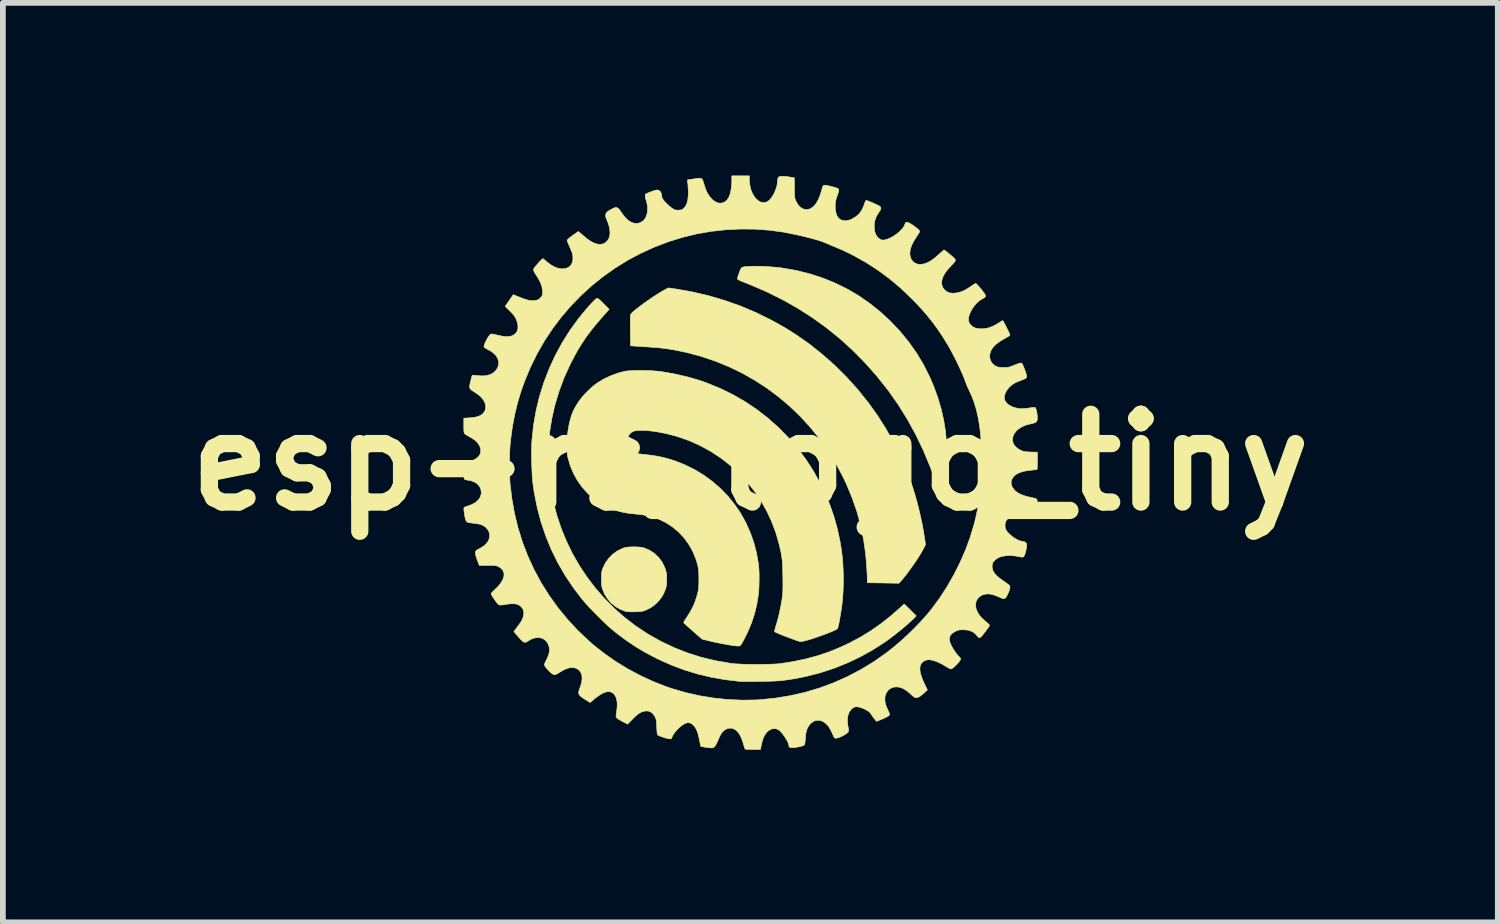
<source format=kicad_pcb>
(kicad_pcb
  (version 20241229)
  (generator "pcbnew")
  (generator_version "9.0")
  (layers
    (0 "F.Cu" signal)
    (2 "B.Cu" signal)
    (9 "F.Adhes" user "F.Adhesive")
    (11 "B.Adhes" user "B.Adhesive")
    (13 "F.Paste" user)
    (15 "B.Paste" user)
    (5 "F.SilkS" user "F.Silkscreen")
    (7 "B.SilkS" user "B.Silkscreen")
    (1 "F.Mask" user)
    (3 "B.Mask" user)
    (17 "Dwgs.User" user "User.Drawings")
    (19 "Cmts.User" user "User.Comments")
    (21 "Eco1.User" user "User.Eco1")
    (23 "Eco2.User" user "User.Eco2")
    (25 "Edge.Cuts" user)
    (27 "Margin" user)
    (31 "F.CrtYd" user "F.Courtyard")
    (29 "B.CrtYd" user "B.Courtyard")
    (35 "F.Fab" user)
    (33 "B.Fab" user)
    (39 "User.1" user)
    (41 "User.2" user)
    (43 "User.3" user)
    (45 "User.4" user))
  (footprint "esp-rs_logo_tiny"
    (layer "F.Cu")
    (at 9.986 4.983)
    (property "Reference" "esp-rs_logo_tiny" (at 0 0 0) (layer "F.SilkS") (effects (font (size 1.524 1.524) (thickness 0.3))))
    (attr through_hole)
    (fp_poly (pts (xy -1.985 1.468) (xy -1.927 1.472) (xy -1.876 1.479) (xy -1.837 1.489) (xy -1.747 1.529) (xy -1.666 1.583) (xy -1.595 1.65) (xy -1.537 1.727) (xy -1.492 1.815) (xy -1.476 1.858) (xy -1.466 1.891) (xy -1.459 1.919) (xy -1.455 1.95) (xy -1.453 1.987) (xy -1.453 2.032) (xy -1.453 2.079) (xy -1.455 2.115) (xy -1.459 2.143) (xy -1.465 2.17) (xy -1.474 2.2) (xy -1.476 2.206) (xy -1.504 2.276) (xy -1.537 2.335) (xy -1.578 2.39) (xy -1.606 2.422) (xy -1.67 2.482) (xy -1.737 2.528) (xy -1.812 2.565) (xy -1.82 2.568) (xy -1.847 2.578) (xy -1.87 2.586) (xy -1.894 2.59) (xy -1.923 2.593) (xy -1.961 2.595) (xy -2.007 2.596) (xy -2.068 2.597) (xy -2.114 2.595) (xy -2.149 2.591) (xy -2.172 2.587) (xy -2.263 2.552) (xy -2.346 2.503) (xy -2.42 2.441) (xy -2.483 2.368) (xy -2.534 2.285) (xy -2.567 2.206) (xy -2.575 2.179) (xy -2.58 2.154) (xy -2.584 2.127) (xy -2.586 2.092) (xy -2.586 2.047) (xy -2.586 2.024) (xy -2.586 1.974) (xy -2.584 1.936) (xy -2.582 1.908) (xy -2.577 1.885) (xy -2.571 1.862) (xy -2.564 1.844) (xy -2.52 1.751) (xy -2.463 1.67) (xy -2.394 1.599) (xy -2.314 1.541) (xy -2.224 1.496) (xy -2.193 1.485) (xy -2.154 1.476) (xy -2.104 1.47) (xy -2.046 1.468) (xy -1.985 1.468)) (stroke (width 0.01) (type solid)) (fill yes) (layer "F.SilkS"))
    (fp_poly (pts (xy 0.139 -3.407) (xy 0.217 -3.405) (xy 0.298 -3.401) (xy 0.38 -3.395) (xy 0.461 -3.388) (xy 0.539 -3.379) (xy 0.569 -3.374) (xy 0.808 -3.332) (xy 1.039 -3.274) (xy 1.263 -3.201) (xy 1.478 -3.113) (xy 1.686 -3.01) (xy 1.886 -2.893) (xy 2.077 -2.76) (xy 2.26 -2.613) (xy 2.435 -2.451) (xy 2.447 -2.439) (xy 2.61 -2.265) (xy 2.757 -2.084) (xy 2.89 -1.896) (xy 3.008 -1.699) (xy 3.112 -1.493) (xy 3.186 -1.321) (xy 3.257 -1.125) (xy 3.314 -0.933) (xy 3.358 -0.74) (xy 3.39 -0.542) (xy 3.409 -0.336) (xy 3.413 -0.279) (xy 3.415 -0.227) (xy 3.417 -0.169) (xy 3.418 -0.109) (xy 3.418 -0.049) (xy 3.418 0.008) (xy 3.417 0.061) (xy 3.415 0.105) (xy 3.413 0.139) (xy 3.411 0.161) (xy 3.409 0.167) (xy 3.398 0.173) (xy 3.376 0.181) (xy 3.345 0.192) (xy 3.31 0.204) (xy 3.273 0.216) (xy 3.239 0.226) (xy 3.212 0.234) (xy 3.194 0.238) (xy 3.189 0.238) (xy 3.184 0.229) (xy 3.175 0.206) (xy 3.162 0.173) (xy 3.146 0.131) (xy 3.128 0.085) (xy 3.01 -0.199) (xy 2.878 -0.475) (xy 2.733 -0.74) (xy 2.575 -0.995) (xy 2.404 -1.239) (xy 2.387 -1.262) (xy 2.194 -1.504) (xy 1.991 -1.733) (xy 1.778 -1.949) (xy 1.555 -2.151) (xy 1.321 -2.34) (xy 1.077 -2.516) (xy 0.822 -2.679) (xy 0.556 -2.829) (xy 0.279 -2.966) (xy -0.01 -3.09) (xy -0.068 -3.113) (xy -0.114 -3.131) (xy -0.155 -3.148) (xy -0.188 -3.163) (xy -0.21 -3.173) (xy -0.219 -3.179) (xy -0.223 -3.186) (xy -0.223 -3.199) (xy -0.218 -3.219) (xy -0.209 -3.251) (xy -0.199 -3.278) (xy -0.185 -3.315) (xy -0.172 -3.348) (xy -0.159 -3.372) (xy -0.153 -3.382) (xy -0.135 -3.391) (xy -0.102 -3.398) (xy -0.056 -3.403) (xy 0.001 -3.406) (xy 0.067 -3.408) (xy 0.139 -3.407)) (stroke (width 0.01) (type solid)) (fill yes) (layer "F.SilkS"))
    (fp_poly (pts (xy -1.306 -3.014) (xy -1.014 -2.963) (xy -0.726 -2.896) (xy -0.444 -2.813) (xy -0.168 -2.715) (xy 0.102 -2.601) (xy 0.364 -2.472) (xy 0.62 -2.328) (xy 0.801 -2.213) (xy 1.033 -2.05) (xy 1.256 -1.872) (xy 1.471 -1.681) (xy 1.675 -1.478) (xy 1.867 -1.264) (xy 2.048 -1.039) (xy 2.215 -0.806) (xy 2.225 -0.79) (xy 2.346 -0.599) (xy 2.462 -0.395) (xy 2.57 -0.182) (xy 2.669 0.036) (xy 2.757 0.254) (xy 2.815 0.417) (xy 2.852 0.535) (xy 2.889 0.664) (xy 2.924 0.799) (xy 2.956 0.936) (xy 2.985 1.071) (xy 3.009 1.2) (xy 3.027 1.317) (xy 3.028 1.319) (xy 3.043 1.431) (xy 3.005 1.504) (xy 2.978 1.555) (xy 2.941 1.615) (xy 2.898 1.683) (xy 2.85 1.754) (xy 2.799 1.827) (xy 2.748 1.897) (xy 2.698 1.963) (xy 2.652 2.02) (xy 2.614 2.065) (xy 2.582 2.1) (xy 2.462 2.098) (xy 2.41 2.097) (xy 2.348 2.096) (xy 2.281 2.095) (xy 2.217 2.094) (xy 2.187 2.093) (xy 2.032 2.091) (xy 2.032 2.034) (xy 2.031 1.991) (xy 2.029 1.936) (xy 2.025 1.871) (xy 2.02 1.8) (xy 2.015 1.728) (xy 2.009 1.657) (xy 2.003 1.592) (xy 2.002 1.583) (xy 1.967 1.337) (xy 1.917 1.094) (xy 1.851 0.853) (xy 1.768 0.615) (xy 1.669 0.377) (xy 1.613 0.258) (xy 1.491 0.027) (xy 1.355 -0.195) (xy 1.206 -0.406) (xy 1.045 -0.606) (xy 0.873 -0.794) (xy 0.689 -0.971) (xy 0.495 -1.136) (xy 0.291 -1.288) (xy 0.078 -1.426) (xy -0.144 -1.552) (xy -0.375 -1.663) (xy -0.613 -1.76) (xy -0.859 -1.843) (xy -1.111 -1.91) (xy -1.329 -1.955) (xy -1.444 -1.973) (xy -1.561 -1.988) (xy -1.687 -1.999) (xy -1.786 -2.006) (xy -1.842 -2.009) (xy -1.898 -2.013) (xy -1.948 -2.016) (xy -1.99 -2.019) (xy -2.012 -2.02) (xy -2.081 -2.025) (xy -2.084 -2.268) (xy -2.085 -2.332) (xy -2.085 -2.393) (xy -2.085 -2.447) (xy -2.085 -2.492) (xy -2.084 -2.526) (xy -2.083 -2.545) (xy -2.083 -2.546) (xy -2.08 -2.561) (xy -2.076 -2.574) (xy -2.066 -2.588) (xy -2.05 -2.604) (xy -2.025 -2.626) (xy -1.989 -2.656) (xy -1.986 -2.659) (xy -1.919 -2.711) (xy -1.845 -2.766) (xy -1.766 -2.822) (xy -1.685 -2.877) (xy -1.607 -2.927) (xy -1.534 -2.972) (xy -1.469 -3.008) (xy -1.458 -3.013) (xy -1.423 -3.031) (xy -1.306 -3.014)) (stroke (width 0.01) (type solid)) (fill yes) (layer "F.SilkS"))
    (fp_poly (pts (xy -2.655 -2.849) (xy -2.647 -2.845) (xy -2.633 -2.835) (xy -2.611 -2.816) (xy -2.582 -2.789) (xy -2.55 -2.757) (xy -2.539 -2.746) (xy -2.453 -2.659) (xy -2.501 -2.606) (xy -2.606 -2.487) (xy -2.7 -2.376) (xy -2.783 -2.271) (xy -2.859 -2.168) (xy -2.928 -2.064) (xy -2.993 -1.959) (xy -3.055 -1.848) (xy -3.117 -1.729) (xy -3.132 -1.698) (xy -3.237 -1.467) (xy -3.324 -1.234) (xy -3.395 -0.998) (xy -3.449 -0.76) (xy -3.485 -0.538) (xy -3.49 -0.489) (xy -3.494 -0.426) (xy -3.498 -0.353) (xy -3.5 -0.272) (xy -3.502 -0.187) (xy -3.504 -0.101) (xy -3.504 -0.018) (xy -3.503 0.061) (xy -3.501 0.13) (xy -3.498 0.188) (xy -3.497 0.205) (xy -3.468 0.447) (xy -3.423 0.685) (xy -3.362 0.918) (xy -3.286 1.147) (xy -3.195 1.369) (xy -3.09 1.585) (xy -2.971 1.793) (xy -2.838 1.993) (xy -2.693 2.183) (xy -2.535 2.365) (xy -2.366 2.535) (xy -2.185 2.694) (xy -1.993 2.842) (xy -1.79 2.976) (xy -1.759 2.995) (xy -1.542 3.116) (xy -1.32 3.221) (xy -1.091 3.311) (xy -0.856 3.385) (xy -0.613 3.444) (xy -0.363 3.488) (xy -0.322 3.494) (xy -0.272 3.499) (xy -0.208 3.503) (xy -0.133 3.507) (xy -0.05 3.509) (xy 0.038 3.51) (xy 0.128 3.511) (xy 0.217 3.51) (xy 0.303 3.508) (xy 0.382 3.506) (xy 0.452 3.502) (xy 0.509 3.498) (xy 0.535 3.494) (xy 0.757 3.459) (xy 0.967 3.414) (xy 1.167 3.36) (xy 1.361 3.295) (xy 1.551 3.218) (xy 1.727 3.136) (xy 1.916 3.035) (xy 2.095 2.925) (xy 2.268 2.804) (xy 2.438 2.67) (xy 2.594 2.533) (xy 2.623 2.506) (xy 2.648 2.484) (xy 2.666 2.469) (xy 2.674 2.464) (xy 2.674 2.464) (xy 2.682 2.47) (xy 2.699 2.485) (xy 2.724 2.509) (xy 2.755 2.539) (xy 2.781 2.565) (xy 2.882 2.667) (xy 2.849 2.702) (xy 2.806 2.744) (xy 2.752 2.793) (xy 2.689 2.848) (xy 2.62 2.906) (xy 2.548 2.964) (xy 2.476 3.02) (xy 2.406 3.073) (xy 2.341 3.12) (xy 2.333 3.125) (xy 2.124 3.259) (xy 1.906 3.38) (xy 1.679 3.487) (xy 1.445 3.58) (xy 1.205 3.658) (xy 0.961 3.72) (xy 0.83 3.747) (xy 0.751 3.761) (xy 0.68 3.773) (xy 0.615 3.782) (xy 0.553 3.79) (xy 0.49 3.795) (xy 0.423 3.799) (xy 0.349 3.802) (xy 0.264 3.804) (xy 0.167 3.805) (xy 0.157 3.805) (xy 0.085 3.806) (xy 0.017 3.806) (xy -0.045 3.806) (xy -0.099 3.806) (xy -0.142 3.806) (xy -0.172 3.805) (xy -0.186 3.805) (xy -0.437 3.775) (xy -0.678 3.733) (xy -0.91 3.678) (xy -1.135 3.61) (xy -1.356 3.528) (xy -1.574 3.431) (xy -1.655 3.392) (xy -1.83 3.299) (xy -1.993 3.202) (xy -2.149 3.097) (xy -2.303 2.983) (xy -2.402 2.903) (xy -2.451 2.86) (xy -2.508 2.808) (xy -2.571 2.748) (xy -2.637 2.683) (xy -2.704 2.615) (xy -2.768 2.549) (xy -2.828 2.485) (xy -2.88 2.427) (xy -2.92 2.38) (xy -3.077 2.174) (xy -3.22 1.96) (xy -3.347 1.74) (xy -3.459 1.512) (xy -3.555 1.277) (xy -3.637 1.034) (xy -3.703 0.784) (xy -3.754 0.527) (xy -3.777 0.368) (xy -3.784 0.303) (xy -3.79 0.225) (xy -3.794 0.137) (xy -3.798 0.042) (xy -3.8 -0.054) (xy -3.801 -0.149) (xy -3.8 -0.24) (xy -3.798 -0.321) (xy -3.794 -0.387) (xy -3.767 -0.643) (xy -3.723 -0.895) (xy -3.664 -1.142) (xy -3.588 -1.385) (xy -3.497 -1.622) (xy -3.391 -1.853) (xy -3.27 -2.077) (xy -3.134 -2.293) (xy -2.984 -2.5) (xy -2.85 -2.663) (xy -2.816 -2.702) (xy -2.781 -2.741) (xy -2.748 -2.776) (xy -2.721 -2.804) (xy -2.719 -2.806) (xy -2.694 -2.83) (xy -2.677 -2.844) (xy -2.665 -2.85) (xy -2.655 -2.849)) (stroke (width 0.01) (type solid)) (fill yes) (layer "F.SilkS"))
    (fp_poly (pts (xy -1.872 -1.597) (xy -1.791 -1.595) (xy -1.711 -1.592) (xy -1.637 -1.586) (xy -1.57 -1.58) (xy -1.543 -1.576) (xy -1.302 -1.534) (xy -1.072 -1.48) (xy -0.851 -1.414) (xy -0.748 -1.377) (xy -0.52 -1.283) (xy -0.3 -1.175) (xy -0.088 -1.053) (xy 0.114 -0.917) (xy 0.306 -0.768) (xy 0.487 -0.607) (xy 0.657 -0.434) (xy 0.816 -0.25) (xy 0.962 -0.056) (xy 1.095 0.149) (xy 1.212 0.36) (xy 1.306 0.555) (xy 1.386 0.75) (xy 1.454 0.947) (xy 1.51 1.149) (xy 1.556 1.361) (xy 1.579 1.498) (xy 1.597 1.631) (xy 1.608 1.775) (xy 1.615 1.925) (xy 1.616 2.078) (xy 1.612 2.228) (xy 1.603 2.371) (xy 1.588 2.503) (xy 1.588 2.506) (xy 1.577 2.575) (xy 1.566 2.642) (xy 1.555 2.706) (xy 1.545 2.764) (xy 1.535 2.814) (xy 1.526 2.853) (xy 1.519 2.879) (xy 1.516 2.887) (xy 1.504 2.897) (xy 1.478 2.911) (xy 1.44 2.929) (xy 1.393 2.949) (xy 1.338 2.97) (xy 1.278 2.993) (xy 1.215 3.016) (xy 1.151 3.038) (xy 1.088 3.059) (xy 1.029 3.078) (xy 0.976 3.093) (xy 0.93 3.105) (xy 0.895 3.113) (xy 0.872 3.115) (xy 0.859 3.112) (xy 0.832 3.104) (xy 0.794 3.091) (xy 0.747 3.074) (xy 0.694 3.054) (xy 0.636 3.032) (xy 0.635 3.032) (xy 0.57 3.007) (xy 0.518 2.986) (xy 0.48 2.97) (xy 0.452 2.958) (xy 0.434 2.949) (xy 0.424 2.941) (xy 0.42 2.935) (xy 0.42 2.933) (xy 0.423 2.919) (xy 0.43 2.893) (xy 0.44 2.857) (xy 0.452 2.816) (xy 0.456 2.802) (xy 0.476 2.734) (xy 0.496 2.655) (xy 0.515 2.569) (xy 0.533 2.482) (xy 0.547 2.4) (xy 0.558 2.328) (xy 0.559 2.319) (xy 0.563 2.277) (xy 0.565 2.218) (xy 0.566 2.144) (xy 0.566 2.055) (xy 0.565 1.98) (xy 0.563 1.892) (xy 0.561 1.817) (xy 0.558 1.753) (xy 0.553 1.695) (xy 0.546 1.641) (xy 0.537 1.587) (xy 0.526 1.529) (xy 0.511 1.466) (xy 0.499 1.415) (xy 0.441 1.215) (xy 0.368 1.023) (xy 0.281 0.837) (xy 0.18 0.661) (xy 0.066 0.493) (xy -0.061 0.335) (xy -0.199 0.187) (xy -0.349 0.051) (xy -0.509 -0.074) (xy -0.679 -0.186) (xy -0.858 -0.285) (xy -1.045 -0.37) (xy -1.227 -0.436) (xy -1.322 -0.464) (xy -1.419 -0.489) (xy -1.516 -0.511) (xy -1.61 -0.529) (xy -1.701 -0.542) (xy -1.786 -0.552) (xy -1.863 -0.556) (xy -1.93 -0.556) (xy -1.985 -0.551) (xy -2.026 -0.541) (xy -2.032 -0.539) (xy -2.059 -0.525) (xy -2.08 -0.51) (xy -2.099 -0.488) (xy -2.115 -0.467) (xy -2.138 -0.42) (xy -2.149 -0.366) (xy -2.144 -0.307) (xy -2.142 -0.295) (xy -2.125 -0.254) (xy -2.096 -0.215) (xy -2.06 -0.183) (xy -2.021 -0.163) (xy -2.019 -0.163) (xy -1.999 -0.158) (xy -1.965 -0.152) (xy -1.923 -0.147) (xy -1.876 -0.141) (xy -1.858 -0.139) (xy -1.745 -0.126) (xy -1.644 -0.112) (xy -1.552 -0.094) (xy -1.465 -0.073) (xy -1.378 -0.048) (xy -1.321 -0.03) (xy -1.141 0.041) (xy -0.97 0.125) (xy -0.809 0.222) (xy -0.659 0.332) (xy -0.519 0.454) (xy -0.39 0.587) (xy -0.274 0.73) (xy -0.17 0.882) (xy -0.08 1.044) (xy -0.003 1.215) (xy 0.06 1.392) (xy 0.108 1.577) (xy 0.141 1.768) (xy 0.144 1.794) (xy 0.149 1.851) (xy 0.152 1.919) (xy 0.153 1.996) (xy 0.152 2.075) (xy 0.15 2.153) (xy 0.147 2.224) (xy 0.141 2.285) (xy 0.14 2.299) (xy 0.112 2.467) (xy 0.074 2.626) (xy 0.025 2.778) (xy -0.037 2.928) (xy -0.087 3.031) (xy -0.114 3.084) (xy -0.136 3.124) (xy -0.152 3.153) (xy -0.166 3.172) (xy -0.178 3.183) (xy -0.189 3.189) (xy -0.202 3.191) (xy -0.214 3.191) (xy -0.244 3.189) (xy -0.271 3.186) (xy -0.275 3.186) (xy -0.347 3.175) (xy -0.428 3.161) (xy -0.515 3.145) (xy -0.599 3.128) (xy -0.676 3.111) (xy -0.696 3.106) (xy -0.838 3.071) (xy -0.997 2.932) (xy -1.041 2.893) (xy -1.08 2.858) (xy -1.113 2.828) (xy -1.138 2.805) (xy -1.154 2.79) (xy -1.159 2.785) (xy -1.155 2.775) (xy -1.144 2.754) (xy -1.126 2.725) (xy -1.104 2.691) (xy -1.098 2.682) (xy -1.044 2.597) (xy -1.001 2.517) (xy -0.966 2.438) (xy -0.938 2.355) (xy -0.916 2.278) (xy -0.908 2.243) (xy -0.902 2.212) (xy -0.898 2.182) (xy -0.896 2.147) (xy -0.894 2.105) (xy -0.894 2.051) (xy -0.894 2.036) (xy -0.895 1.96) (xy -0.898 1.896) (xy -0.904 1.839) (xy -0.914 1.786) (xy -0.929 1.732) (xy -0.949 1.672) (xy -0.949 1.67) (xy -1.003 1.541) (xy -1.071 1.422) (xy -1.151 1.312) (xy -1.243 1.213) (xy -1.347 1.126) (xy -1.46 1.051) (xy -1.582 0.99) (xy -1.667 0.958) (xy -1.729 0.939) (xy -1.795 0.924) (xy -1.869 0.912) (xy -1.953 0.902) (xy -1.998 0.897) (xy -2.106 0.886) (xy -2.202 0.87) (xy -2.289 0.849) (xy -2.373 0.822) (xy -2.458 0.787) (xy -2.474 0.78) (xy -2.601 0.712) (xy -2.719 0.631) (xy -2.825 0.538) (xy -2.92 0.433) (xy -3.002 0.318) (xy -3.072 0.192) (xy -3.128 0.058) (xy -3.17 -0.085) (xy -3.172 -0.094) (xy -3.18 -0.145) (xy -3.185 -0.208) (xy -3.187 -0.281) (xy -3.185 -0.359) (xy -3.18 -0.438) (xy -3.172 -0.516) (xy -3.168 -0.547) (xy -3.151 -0.647) (xy -3.131 -0.733) (xy -3.109 -0.81) (xy -3.081 -0.881) (xy -3.047 -0.95) (xy -3.005 -1.02) (xy -2.977 -1.063) (xy -2.936 -1.117) (xy -2.885 -1.177) (xy -2.826 -1.237) (xy -2.766 -1.295) (xy -2.706 -1.345) (xy -2.66 -1.379) (xy -2.548 -1.447) (xy -2.425 -1.505) (xy -2.298 -1.552) (xy -2.193 -1.58) (xy -2.15 -1.587) (xy -2.093 -1.592) (xy -2.026 -1.595) (xy -1.951 -1.597) (xy -1.872 -1.597)) (stroke (width 0.01) (type solid)) (fill yes) (layer "F.SilkS"))
    (fp_poly (pts (xy -0.017 -4.913) (xy -0.01 -4.827) (xy 0.007 -4.746) (xy 0.036 -4.672) (xy 0.074 -4.609) (xy 0.094 -4.585) (xy 0.14 -4.544) (xy 0.186 -4.52) (xy 0.233 -4.513) (xy 0.28 -4.522) (xy 0.296 -4.53) (xy 0.331 -4.555) (xy 0.365 -4.594) (xy 0.397 -4.643) (xy 0.425 -4.699) (xy 0.449 -4.759) (xy 0.465 -4.82) (xy 0.473 -4.877) (xy 0.474 -4.895) (xy 0.477 -4.931) (xy 0.489 -4.954) (xy 0.511 -4.967) (xy 0.547 -4.971) (xy 0.559 -4.971) (xy 0.595 -4.969) (xy 0.638 -4.965) (xy 0.681 -4.958) (xy 0.686 -4.957) (xy 0.719 -4.952) (xy 0.745 -4.947) (xy 0.76 -4.945) (xy 0.762 -4.945) (xy 0.763 -4.936) (xy 0.764 -4.914) (xy 0.765 -4.88) (xy 0.766 -4.836) (xy 0.766 -4.785) (xy 0.766 -4.773) (xy 0.767 -4.714) (xy 0.767 -4.669) (xy 0.768 -4.635) (xy 0.771 -4.61) (xy 0.774 -4.59) (xy 0.779 -4.573) (xy 0.785 -4.555) (xy 0.786 -4.554) (xy 0.816 -4.495) (xy 0.852 -4.448) (xy 0.894 -4.415) (xy 0.939 -4.396) (xy 0.987 -4.392) (xy 1.035 -4.404) (xy 1.047 -4.41) (xy 1.097 -4.444) (xy 1.141 -4.495) (xy 1.18 -4.561) (xy 1.213 -4.642) (xy 1.233 -4.706) (xy 1.245 -4.752) (xy 1.255 -4.784) (xy 1.266 -4.804) (xy 1.278 -4.814) (xy 1.296 -4.816) (xy 1.322 -4.812) (xy 1.352 -4.806) (xy 1.394 -4.797) (xy 1.439 -4.785) (xy 1.476 -4.774) (xy 1.482 -4.772) (xy 1.511 -4.762) (xy 1.527 -4.754) (xy 1.534 -4.745) (xy 1.536 -4.732) (xy 1.536 -4.724) (xy 1.532 -4.701) (xy 1.523 -4.67) (xy 1.512 -4.642) (xy 1.486 -4.563) (xy 1.474 -4.48) (xy 1.476 -4.398) (xy 1.486 -4.339) (xy 1.502 -4.291) (xy 1.522 -4.255) (xy 1.549 -4.229) (xy 1.567 -4.217) (xy 1.614 -4.199) (xy 1.666 -4.197) (xy 1.724 -4.211) (xy 1.763 -4.227) (xy 1.832 -4.267) (xy 1.887 -4.315) (xy 1.932 -4.374) (xy 1.966 -4.445) (xy 1.978 -4.479) (xy 1.989 -4.511) (xy 2 -4.536) (xy 2.008 -4.55) (xy 2.011 -4.552) (xy 2.021 -4.55) (xy 2.044 -4.542) (xy 2.075 -4.53) (xy 2.112 -4.515) (xy 2.15 -4.498) (xy 2.187 -4.481) (xy 2.219 -4.466) (xy 2.242 -4.454) (xy 2.248 -4.45) (xy 2.265 -4.432) (xy 2.268 -4.408) (xy 2.256 -4.378) (xy 2.235 -4.348) (xy 2.193 -4.281) (xy 2.165 -4.207) (xy 2.152 -4.13) (xy 2.154 -4.053) (xy 2.163 -4.006) (xy 2.184 -3.949) (xy 2.215 -3.906) (xy 2.255 -3.876) (xy 2.257 -3.876) (xy 2.28 -3.865) (xy 2.299 -3.862) (xy 2.322 -3.863) (xy 2.343 -3.867) (xy 2.397 -3.884) (xy 2.453 -3.91) (xy 2.509 -3.944) (xy 2.562 -3.983) (xy 2.609 -4.025) (xy 2.648 -4.069) (xy 2.675 -4.111) (xy 2.686 -4.138) (xy 2.694 -4.161) (xy 2.706 -4.172) (xy 2.723 -4.172) (xy 2.75 -4.163) (xy 2.771 -4.153) (xy 2.802 -4.135) (xy 2.839 -4.109) (xy 2.877 -4.081) (xy 2.91 -4.053) (xy 2.933 -4.031) (xy 2.939 -4.023) (xy 2.942 -4.016) (xy 2.94 -4.005) (xy 2.932 -3.989) (xy 2.917 -3.965) (xy 2.893 -3.929) (xy 2.889 -3.922) (xy 2.85 -3.861) (xy 2.82 -3.808) (xy 2.799 -3.761) (xy 2.784 -3.717) (xy 2.777 -3.688) (xy 2.771 -3.627) (xy 2.779 -3.572) (xy 2.798 -3.523) (xy 2.829 -3.485) (xy 2.869 -3.457) (xy 2.917 -3.441) (xy 2.971 -3.44) (xy 2.972 -3.44) (xy 3.03 -3.452) (xy 3.088 -3.475) (xy 3.149 -3.51) (xy 3.214 -3.559) (xy 3.282 -3.619) (xy 3.312 -3.646) (xy 3.338 -3.669) (xy 3.356 -3.685) (xy 3.365 -3.691) (xy 3.365 -3.691) (xy 3.375 -3.686) (xy 3.394 -3.672) (xy 3.419 -3.652) (xy 3.449 -3.628) (xy 3.48 -3.602) (xy 3.508 -3.578) (xy 3.532 -3.557) (xy 3.547 -3.542) (xy 3.551 -3.537) (xy 3.561 -3.519) (xy 3.564 -3.507) (xy 3.559 -3.498) (xy 3.544 -3.478) (xy 3.521 -3.451) (xy 3.492 -3.42) (xy 3.477 -3.404) (xy 3.418 -3.337) (xy 3.374 -3.276) (xy 3.344 -3.219) (xy 3.328 -3.165) (xy 3.324 -3.112) (xy 3.329 -3.078) (xy 3.345 -3.036) (xy 3.374 -2.998) (xy 3.411 -2.966) (xy 3.452 -2.947) (xy 3.454 -2.946) (xy 3.515 -2.938) (xy 3.583 -2.943) (xy 3.654 -2.961) (xy 3.726 -2.991) (xy 3.795 -3.032) (xy 3.826 -3.053) (xy 3.855 -3.073) (xy 3.877 -3.088) (xy 3.877 -3.088) (xy 3.898 -3.1) (xy 3.914 -3.107) (xy 3.917 -3.107) (xy 3.926 -3.101) (xy 3.944 -3.084) (xy 3.967 -3.059) (xy 3.993 -3.03) (xy 4.019 -2.998) (xy 4.043 -2.967) (xy 4.063 -2.94) (xy 4.077 -2.92) (xy 4.079 -2.915) (xy 4.086 -2.896) (xy 4.084 -2.88) (xy 4.072 -2.866) (xy 4.047 -2.85) (xy 4.022 -2.836) (xy 3.976 -2.807) (xy 3.931 -2.767) (xy 3.89 -2.719) (xy 3.853 -2.666) (xy 3.824 -2.611) (xy 3.802 -2.557) (xy 3.79 -2.506) (xy 3.79 -2.461) (xy 3.792 -2.449) (xy 3.812 -2.407) (xy 3.844 -2.371) (xy 3.886 -2.344) (xy 3.913 -2.333) (xy 3.987 -2.32) (xy 4.065 -2.322) (xy 4.146 -2.339) (xy 4.228 -2.372) (xy 4.301 -2.413) (xy 4.333 -2.434) (xy 4.359 -2.45) (xy 4.378 -2.461) (xy 4.385 -2.464) (xy 4.39 -2.457) (xy 4.402 -2.437) (xy 4.417 -2.409) (xy 4.435 -2.375) (xy 4.454 -2.337) (xy 4.472 -2.3) (xy 4.489 -2.267) (xy 4.501 -2.239) (xy 4.508 -2.222) (xy 4.508 -2.221) (xy 4.509 -2.213) (xy 4.504 -2.205) (xy 4.493 -2.195) (xy 4.472 -2.181) (xy 4.439 -2.163) (xy 4.414 -2.149) (xy 4.333 -2.101) (xy 4.268 -2.052) (xy 4.218 -2.001) (xy 4.184 -1.949) (xy 4.181 -1.943) (xy 4.162 -1.885) (xy 4.158 -1.829) (xy 4.169 -1.777) (xy 4.195 -1.73) (xy 4.22 -1.704) (xy 4.251 -1.679) (xy 4.281 -1.663) (xy 4.316 -1.653) (xy 4.359 -1.649) (xy 4.398 -1.648) (xy 4.439 -1.648) (xy 4.47 -1.65) (xy 4.497 -1.656) (xy 4.527 -1.666) (xy 4.564 -1.68) (xy 4.614 -1.7) (xy 4.652 -1.714) (xy 4.679 -1.722) (xy 4.697 -1.726) (xy 4.709 -1.725) (xy 4.717 -1.72) (xy 4.719 -1.718) (xy 4.728 -1.704) (xy 4.74 -1.677) (xy 4.755 -1.642) (xy 4.769 -1.604) (xy 4.783 -1.566) (xy 4.793 -1.532) (xy 4.799 -1.507) (xy 4.801 -1.498) (xy 4.798 -1.481) (xy 4.79 -1.466) (xy 4.774 -1.454) (xy 4.747 -1.441) (xy 4.706 -1.426) (xy 4.695 -1.422) (xy 4.613 -1.389) (xy 4.546 -1.349) (xy 4.492 -1.3) (xy 4.449 -1.242) (xy 4.433 -1.21) (xy 4.415 -1.158) (xy 4.412 -1.11) (xy 4.426 -1.067) (xy 4.456 -1.026) (xy 4.456 -1.026) (xy 4.499 -0.992) (xy 4.554 -0.964) (xy 4.619 -0.944) (xy 4.622 -0.944) (xy 4.669 -0.935) (xy 4.714 -0.932) (xy 4.762 -0.934) (xy 4.819 -0.941) (xy 4.848 -0.945) (xy 4.885 -0.951) (xy 4.917 -0.954) (xy 4.939 -0.955) (xy 4.946 -0.955) (xy 4.956 -0.943) (xy 4.965 -0.919) (xy 4.974 -0.885) (xy 4.981 -0.846) (xy 4.986 -0.806) (xy 4.987 -0.775) (xy 4.984 -0.737) (xy 4.974 -0.71) (xy 4.954 -0.693) (xy 4.921 -0.681) (xy 4.903 -0.677) (xy 4.815 -0.656) (xy 4.742 -0.63) (xy 4.682 -0.597) (xy 4.632 -0.558) (xy 4.627 -0.553) (xy 4.587 -0.503) (xy 4.563 -0.452) (xy 4.554 -0.4) (xy 4.561 -0.35) (xy 4.583 -0.302) (xy 4.62 -0.26) (xy 4.671 -0.223) (xy 4.717 -0.201) (xy 4.742 -0.193) (xy 4.771 -0.187) (xy 4.807 -0.183) (xy 4.855 -0.18) (xy 4.875 -0.18) (xy 4.987 -0.176) (xy 4.987 -0.024) (xy 4.987 0.031) (xy 4.986 0.072) (xy 4.984 0.1) (xy 4.982 0.117) (xy 4.979 0.125) (xy 4.975 0.127) (xy 4.948 0.128) (xy 4.91 0.132) (xy 4.865 0.137) (xy 4.819 0.143) (xy 4.778 0.15) (xy 4.746 0.156) (xy 4.738 0.158) (xy 4.67 0.181) (xy 4.614 0.211) (xy 4.573 0.248) (xy 4.545 0.289) (xy 4.531 0.334) (xy 4.533 0.38) (xy 4.55 0.428) (xy 4.583 0.475) (xy 4.599 0.492) (xy 4.636 0.522) (xy 4.681 0.548) (xy 4.735 0.571) (xy 4.802 0.592) (xy 4.883 0.611) (xy 4.922 0.619) (xy 4.947 0.624) (xy 4.966 0.632) (xy 4.977 0.644) (xy 4.983 0.662) (xy 4.984 0.69) (xy 4.981 0.73) (xy 4.974 0.782) (xy 4.959 0.896) (xy 4.793 0.899) (xy 4.734 0.901) (xy 4.688 0.903) (xy 4.653 0.905) (xy 4.626 0.908) (xy 4.603 0.913) (xy 4.582 0.919) (xy 4.572 0.922) (xy 4.514 0.947) (xy 4.471 0.978) (xy 4.443 1.015) (xy 4.428 1.06) (xy 4.425 1.096) (xy 4.427 1.131) (xy 4.435 1.161) (xy 4.451 1.19) (xy 4.477 1.221) (xy 4.515 1.258) (xy 4.519 1.261) (xy 4.561 1.296) (xy 4.606 1.326) (xy 4.651 1.35) (xy 4.692 1.366) (xy 4.724 1.372) (xy 4.76 1.379) (xy 4.779 1.39) (xy 4.792 1.401) (xy 4.798 1.411) (xy 4.8 1.427) (xy 4.799 1.453) (xy 4.798 1.468) (xy 4.792 1.512) (xy 4.783 1.555) (xy 4.771 1.593) (xy 4.758 1.623) (xy 4.745 1.64) (xy 4.744 1.64) (xy 4.727 1.647) (xy 4.716 1.647) (xy 4.689 1.641) (xy 4.65 1.634) (xy 4.606 1.627) (xy 4.562 1.622) (xy 4.523 1.618) (xy 4.501 1.617) (xy 4.454 1.62) (xy 4.404 1.628) (xy 4.356 1.638) (xy 4.318 1.651) (xy 4.308 1.656) (xy 4.275 1.677) (xy 4.243 1.705) (xy 4.218 1.735) (xy 4.211 1.746) (xy 4.202 1.779) (xy 4.201 1.82) (xy 4.208 1.862) (xy 4.217 1.885) (xy 4.242 1.926) (xy 4.276 1.966) (xy 4.323 2.007) (xy 4.383 2.051) (xy 4.399 2.062) (xy 4.435 2.087) (xy 4.467 2.11) (xy 4.491 2.129) (xy 4.504 2.142) (xy 4.505 2.143) (xy 4.511 2.165) (xy 4.508 2.194) (xy 4.497 2.231) (xy 4.476 2.28) (xy 4.471 2.291) (xy 4.451 2.329) (xy 4.434 2.354) (xy 4.416 2.366) (xy 4.394 2.367) (xy 4.364 2.358) (xy 4.323 2.34) (xy 4.319 2.338) (xy 4.242 2.307) (xy 4.173 2.289) (xy 4.112 2.285) (xy 4.056 2.295) (xy 4.025 2.306) (xy 3.977 2.337) (xy 3.942 2.377) (xy 3.921 2.425) (xy 3.913 2.479) (xy 3.92 2.536) (xy 3.942 2.592) (xy 3.964 2.632) (xy 3.992 2.67) (xy 4.026 2.708) (xy 4.071 2.75) (xy 4.089 2.765) (xy 4.117 2.789) (xy 4.139 2.81) (xy 4.153 2.825) (xy 4.157 2.83) (xy 4.152 2.84) (xy 4.139 2.861) (xy 4.12 2.889) (xy 4.097 2.92) (xy 4.073 2.953) (xy 4.049 2.983) (xy 4.029 3.008) (xy 4.014 3.025) (xy 4.011 3.028) (xy 3.99 3.043) (xy 3.976 3.046) (xy 3.962 3.037) (xy 3.952 3.025) (xy 3.907 2.977) (xy 3.861 2.943) (xy 3.811 2.922) (xy 3.752 2.911) (xy 3.7 2.909) (xy 3.66 2.909) (xy 3.631 2.911) (xy 3.607 2.917) (xy 3.582 2.927) (xy 3.564 2.935) (xy 3.513 2.965) (xy 3.479 2.999) (xy 3.461 3.039) (xy 3.458 3.083) (xy 3.47 3.133) (xy 3.495 3.187) (xy 3.527 3.246) (xy 3.564 3.301) (xy 3.601 3.349) (xy 3.612 3.36) (xy 3.635 3.384) (xy 3.648 3.4) (xy 3.653 3.412) (xy 3.651 3.424) (xy 3.648 3.432) (xy 3.636 3.452) (xy 3.615 3.478) (xy 3.589 3.507) (xy 3.561 3.536) (xy 3.533 3.561) (xy 3.508 3.58) (xy 3.491 3.589) (xy 3.487 3.59) (xy 3.471 3.585) (xy 3.445 3.573) (xy 3.415 3.556) (xy 3.399 3.546) (xy 3.323 3.501) (xy 3.249 3.466) (xy 3.181 3.442) (xy 3.119 3.43) (xy 3.095 3.429) (xy 3.051 3.436) (xy 3.01 3.456) (xy 2.977 3.484) (xy 2.966 3.501) (xy 2.95 3.542) (xy 2.945 3.591) (xy 2.952 3.649) (xy 2.97 3.715) (xy 3 3.793) (xy 3.025 3.846) (xy 3.076 3.954) (xy 3.027 3.999) (xy 2.981 4.038) (xy 2.945 4.066) (xy 2.914 4.082) (xy 2.889 4.089) (xy 2.866 4.086) (xy 2.851 4.08) (xy 2.836 4.07) (xy 2.814 4.051) (xy 2.787 4.028) (xy 2.777 4.018) (xy 2.724 3.973) (xy 2.675 3.94) (xy 2.625 3.917) (xy 2.594 3.907) (xy 2.535 3.9) (xy 2.48 3.907) (xy 2.432 3.928) (xy 2.391 3.962) (xy 2.361 4.006) (xy 2.342 4.059) (xy 2.337 4.11) (xy 2.34 4.157) (xy 2.35 4.204) (xy 2.368 4.255) (xy 2.382 4.286) (xy 2.4 4.324) (xy 2.411 4.35) (xy 2.417 4.368) (xy 2.418 4.379) (xy 2.417 4.388) (xy 2.416 4.39) (xy 2.405 4.402) (xy 2.379 4.418) (xy 2.342 4.437) (xy 2.295 4.458) (xy 2.254 4.475) (xy 2.192 4.499) (xy 2.165 4.466) (xy 2.143 4.438) (xy 2.12 4.407) (xy 2.115 4.399) (xy 2.098 4.375) (xy 2.084 4.353) (xy 2.08 4.347) (xy 2.063 4.332) (xy 2.035 4.314) (xy 1.999 4.294) (xy 1.96 4.276) (xy 1.921 4.261) (xy 1.9 4.254) (xy 1.852 4.245) (xy 1.812 4.25) (xy 1.777 4.268) (xy 1.746 4.297) (xy 1.713 4.347) (xy 1.693 4.408) (xy 1.686 4.479) (xy 1.692 4.558) (xy 1.698 4.594) (xy 1.704 4.627) (xy 1.707 4.655) (xy 1.706 4.673) (xy 1.706 4.674) (xy 1.694 4.691) (xy 1.67 4.711) (xy 1.637 4.733) (xy 1.599 4.754) (xy 1.561 4.772) (xy 1.525 4.785) (xy 1.496 4.792) (xy 1.49 4.792) (xy 1.477 4.792) (xy 1.467 4.788) (xy 1.458 4.78) (xy 1.448 4.763) (xy 1.436 4.735) (xy 1.423 4.706) (xy 1.404 4.665) (xy 1.382 4.625) (xy 1.362 4.592) (xy 1.351 4.577) (xy 1.304 4.53) (xy 1.255 4.498) (xy 1.204 4.482) (xy 1.153 4.481) (xy 1.104 4.496) (xy 1.058 4.528) (xy 1.038 4.548) (xy 1.01 4.584) (xy 0.989 4.623) (xy 0.973 4.668) (xy 0.963 4.722) (xy 0.957 4.791) (xy 0.957 4.791) (xy 0.953 4.838) (xy 0.949 4.87) (xy 0.945 4.892) (xy 0.939 4.905) (xy 0.934 4.912) (xy 0.916 4.922) (xy 0.886 4.932) (xy 0.847 4.941) (xy 0.803 4.949) (xy 0.758 4.954) (xy 0.734 4.955) (xy 0.701 4.955) (xy 0.681 4.948) (xy 0.671 4.933) (xy 0.669 4.914) (xy 0.664 4.889) (xy 0.649 4.855) (xy 0.627 4.815) (xy 0.601 4.773) (xy 0.572 4.732) (xy 0.543 4.695) (xy 0.515 4.665) (xy 0.496 4.65) (xy 0.452 4.629) (xy 0.405 4.625) (xy 0.359 4.636) (xy 0.314 4.663) (xy 0.288 4.687) (xy 0.258 4.725) (xy 0.233 4.77) (xy 0.213 4.823) (xy 0.196 4.888) (xy 0.182 4.955) (xy 0.177 4.987) (xy 0.043 4.987) (xy -0.008 4.987) (xy -0.045 4.986) (xy -0.069 4.985) (xy -0.084 4.982) (xy -0.092 4.978) (xy -0.096 4.973) (xy -0.096 4.972) (xy -0.117 4.902) (xy -0.135 4.845) (xy -0.151 4.8) (xy -0.167 4.764) (xy -0.183 4.734) (xy -0.2 4.707) (xy -0.217 4.685) (xy -0.257 4.647) (xy -0.302 4.624) (xy -0.349 4.616) (xy -0.397 4.623) (xy -0.442 4.646) (xy -0.484 4.683) (xy -0.502 4.706) (xy -0.516 4.73) (xy -0.533 4.765) (xy -0.552 4.805) (xy -0.564 4.834) (xy -0.587 4.885) (xy -0.607 4.921) (xy -0.627 4.945) (xy -0.647 4.957) (xy -0.671 4.961) (xy -0.671 4.961) (xy -0.689 4.96) (xy -0.717 4.957) (xy -0.751 4.953) (xy -0.786 4.948) (xy -0.818 4.943) (xy -0.844 4.938) (xy -0.858 4.935) (xy -0.859 4.934) (xy -0.862 4.926) (xy -0.867 4.903) (xy -0.874 4.871) (xy -0.882 4.832) (xy -0.883 4.826) (xy -0.893 4.781) (xy -0.904 4.737) (xy -0.914 4.699) (xy -0.922 4.675) (xy -0.951 4.615) (xy -0.985 4.569) (xy -1.023 4.538) (xy -1.064 4.523) (xy -1.081 4.521) (xy -1.114 4.528) (xy -1.153 4.547) (xy -1.196 4.575) (xy -1.239 4.611) (xy -1.279 4.651) (xy -1.315 4.694) (xy -1.343 4.737) (xy -1.349 4.75) (xy -1.376 4.805) (xy -1.41 4.802) (xy -1.435 4.798) (xy -1.469 4.79) (xy -1.506 4.778) (xy -1.543 4.766) (xy -1.576 4.753) (xy -1.6 4.742) (xy -1.611 4.735) (xy -1.616 4.719) (xy -1.621 4.688) (xy -1.624 4.64) (xy -1.626 4.598) (xy -1.629 4.546) (xy -1.631 4.508) (xy -1.635 4.479) (xy -1.641 4.456) (xy -1.648 4.436) (xy -1.65 4.432) (xy -1.68 4.38) (xy -1.718 4.344) (xy -1.761 4.323) (xy -1.811 4.318) (xy -1.866 4.328) (xy -1.906 4.345) (xy -1.935 4.361) (xy -1.965 4.384) (xy -2 4.414) (xy -2.042 4.455) (xy -2.046 4.46) (xy -2.133 4.548) (xy -2.219 4.503) (xy -2.256 4.483) (xy -2.288 4.463) (xy -2.311 4.446) (xy -2.322 4.436) (xy -2.329 4.425) (xy -2.333 4.414) (xy -2.333 4.399) (xy -2.331 4.376) (xy -2.325 4.342) (xy -2.323 4.331) (xy -2.313 4.243) (xy -2.314 4.167) (xy -2.326 4.103) (xy -2.342 4.063) (xy -2.372 4.021) (xy -2.409 3.994) (xy -2.452 3.983) (xy -2.502 3.987) (xy -2.558 4.007) (xy -2.62 4.043) (xy -2.689 4.093) (xy -2.703 4.105) (xy -2.784 4.173) (xy -2.863 4.123) (xy -2.912 4.092) (xy -2.947 4.066) (xy -2.969 4.042) (xy -2.981 4.018) (xy -2.982 3.99) (xy -2.974 3.956) (xy -2.959 3.913) (xy -2.955 3.903) (xy -2.932 3.83) (xy -2.923 3.764) (xy -2.926 3.705) (xy -2.943 3.654) (xy -2.973 3.613) (xy -2.997 3.593) (xy -3.046 3.571) (xy -3.1 3.564) (xy -3.161 3.573) (xy -3.227 3.598) (xy -3.298 3.638) (xy -3.301 3.64) (xy -3.342 3.665) (xy -3.372 3.681) (xy -3.395 3.688) (xy -3.415 3.687) (xy -3.434 3.678) (xy -3.445 3.671) (xy -3.468 3.652) (xy -3.495 3.626) (xy -3.523 3.597) (xy -3.548 3.568) (xy -3.567 3.542) (xy -3.577 3.524) (xy -3.577 3.508) (xy -3.569 3.485) (xy -3.553 3.452) (xy -3.548 3.443) (xy -3.523 3.391) (xy -3.503 3.337) (xy -3.491 3.288) (xy -3.488 3.255) (xy -3.494 3.214) (xy -3.507 3.17) (xy -3.527 3.13) (xy -3.541 3.111) (xy -3.584 3.073) (xy -3.634 3.051) (xy -3.689 3.043) (xy -3.749 3.051) (xy -3.811 3.073) (xy -3.864 3.104) (xy -3.891 3.12) (xy -3.913 3.127) (xy -3.933 3.123) (xy -3.955 3.109) (xy -3.983 3.082) (xy -3.993 3.072) (xy -4.025 3.037) (xy -4.054 3.004) (xy -4.079 2.975) (xy -4.097 2.953) (xy -4.106 2.94) (xy -4.106 2.938) (xy -4.101 2.929) (xy -4.088 2.91) (xy -4.069 2.886) (xy -4.063 2.878) (xy -4.016 2.816) (xy -3.98 2.763) (xy -3.956 2.715) (xy -3.942 2.671) (xy -3.936 2.629) (xy -3.935 2.62) (xy -3.941 2.572) (xy -3.961 2.532) (xy -3.985 2.504) (xy -4.014 2.482) (xy -4.047 2.467) (xy -4.087 2.458) (xy -4.136 2.456) (xy -4.196 2.46) (xy -4.254 2.468) (xy -4.297 2.475) (xy -4.326 2.478) (xy -4.346 2.479) (xy -4.36 2.477) (xy -4.371 2.47) (xy -4.383 2.46) (xy -4.39 2.455) (xy -4.405 2.438) (xy -4.424 2.413) (xy -4.446 2.382) (xy -4.467 2.35) (xy -4.485 2.32) (xy -4.499 2.295) (xy -4.504 2.28) (xy -4.504 2.279) (xy -4.498 2.27) (xy -4.482 2.253) (xy -4.459 2.23) (xy -4.441 2.213) (xy -4.378 2.15) (xy -4.331 2.09) (xy -4.298 2.033) (xy -4.281 1.98) (xy -4.279 1.932) (xy -4.292 1.888) (xy -4.32 1.85) (xy -4.364 1.817) (xy -4.374 1.812) (xy -4.39 1.804) (xy -4.405 1.799) (xy -4.422 1.795) (xy -4.444 1.793) (xy -4.474 1.791) (xy -4.516 1.791) (xy -4.562 1.791) (xy -4.708 1.791) (xy -4.742 1.703) (xy -4.763 1.645) (xy -4.774 1.599) (xy -4.777 1.565) (xy -4.77 1.542) (xy -4.767 1.537) (xy -4.754 1.526) (xy -4.73 1.511) (xy -4.701 1.495) (xy -4.699 1.494) (xy -4.638 1.458) (xy -4.591 1.417) (xy -4.556 1.371) (xy -4.552 1.364) (xy -4.532 1.312) (xy -4.529 1.259) (xy -4.54 1.209) (xy -4.564 1.163) (xy -4.602 1.123) (xy -4.652 1.092) (xy -4.672 1.083) (xy -4.704 1.074) (xy -4.746 1.065) (xy -4.793 1.059) (xy -4.809 1.057) (xy -4.847 1.053) (xy -4.88 1.048) (xy -4.904 1.043) (xy -4.912 1.04) (xy -4.928 1.028) (xy -4.941 1.009) (xy -4.951 0.981) (xy -4.96 0.94) (xy -4.965 0.905) (xy -4.972 0.857) (xy -4.976 0.823) (xy -4.977 0.8) (xy -4.972 0.786) (xy -4.962 0.777) (xy -4.945 0.77) (xy -4.921 0.763) (xy -4.917 0.761) (xy -4.84 0.733) (xy -4.776 0.698) (xy -4.728 0.656) (xy -4.695 0.609) (xy -4.677 0.556) (xy -4.674 0.521) (xy -4.682 0.465) (xy -4.705 0.417) (xy -4.741 0.375) (xy -4.791 0.343) (xy -4.852 0.32) (xy -4.899 0.311) (xy -4.935 0.305) (xy -4.958 0.297) (xy -4.97 0.288) (xy -4.971 0.287) (xy -4.973 0.273) (xy -4.975 0.245) (xy -4.977 0.207) (xy -4.977 0.161) (xy -4.976 0.138) (xy -4.974 0.006) (xy -4.926 -0.005) (xy -4.184 -0.005) (xy -4.184 0.08) (xy -4.183 0.164) (xy -4.181 0.242) (xy -4.178 0.311) (xy -4.175 0.36) (xy -4.144 0.625) (xy -4.098 0.885) (xy -4.036 1.139) (xy -3.958 1.388) (xy -3.865 1.63) (xy -3.757 1.865) (xy -3.634 2.092) (xy -3.496 2.312) (xy -3.344 2.524) (xy -3.178 2.726) (xy -2.998 2.92) (xy -2.805 3.103) (xy -2.701 3.193) (xy -2.52 3.334) (xy -2.326 3.468) (xy -2.122 3.592) (xy -1.91 3.705) (xy -1.692 3.806) (xy -1.471 3.893) (xy -1.359 3.931) (xy -1.122 4) (xy -0.879 4.055) (xy -0.632 4.095) (xy -0.384 4.121) (xy -0.136 4.131) (xy 0.108 4.127) (xy 0.171 4.123) (xy 0.436 4.096) (xy 0.696 4.053) (xy 0.952 3.995) (xy 1.202 3.92) (xy 1.446 3.83) (xy 1.684 3.724) (xy 1.915 3.603) (xy 2.139 3.468) (xy 2.354 3.317) (xy 2.366 3.308) (xy 2.488 3.212) (xy 2.613 3.106) (xy 2.736 2.993) (xy 2.856 2.876) (xy 2.969 2.758) (xy 3.073 2.641) (xy 3.147 2.551) (xy 3.286 2.363) (xy 3.416 2.163) (xy 3.535 1.955) (xy 3.643 1.74) (xy 3.739 1.521) (xy 3.82 1.3) (xy 3.886 1.08) (xy 3.899 1.033) (xy 3.917 0.957) (xy 3.935 0.875) (xy 3.953 0.79) (xy 3.97 0.707) (xy 3.984 0.63) (xy 3.995 0.562) (xy 4.002 0.516) (xy 4.006 0.471) (xy 4.01 0.412) (xy 4.013 0.342) (xy 4.016 0.262) (xy 4.018 0.177) (xy 4.019 0.089) (xy 4.02 0.000292) (xy 4.02 -0.086) (xy 4.019 -0.167) (xy 4.017 -0.241) (xy 4.015 -0.303) (xy 4.014 -0.322) (xy 4 -0.491) (xy 3.981 -0.646) (xy 3.956 -0.788) (xy 3.926 -0.919) (xy 3.889 -1.041) (xy 3.845 -1.156) (xy 3.81 -1.232) (xy 3.791 -1.273) (xy 3.773 -1.312) (xy 3.759 -1.344) (xy 3.751 -1.366) (xy 3.751 -1.367) (xy 3.731 -1.421) (xy 3.705 -1.487) (xy 3.673 -1.562) (xy 3.637 -1.642) (xy 3.597 -1.726) (xy 3.556 -1.809) (xy 3.514 -1.89) (xy 3.474 -1.966) (xy 3.436 -2.033) (xy 3.431 -2.04) (xy 3.344 -2.182) (xy 3.256 -2.313) (xy 3.166 -2.436) (xy 3.07 -2.556) (xy 2.966 -2.675) (xy 2.851 -2.797) (xy 2.786 -2.862) (xy 2.604 -3.035) (xy 2.417 -3.192) (xy 2.223 -3.335) (xy 2.022 -3.466) (xy 1.811 -3.585) (xy 1.728 -3.627) (xy 1.698 -3.642) (xy 1.669 -3.656) (xy 1.639 -3.67) (xy 1.608 -3.685) (xy 1.572 -3.701) (xy 1.529 -3.719) (xy 1.477 -3.741) (xy 1.415 -3.767) (xy 1.34 -3.799) (xy 1.312 -3.811) (xy 1.271 -3.827) (xy 1.226 -3.843) (xy 1.175 -3.86) (xy 1.117 -3.877) (xy 1.05 -3.895) (xy 0.971 -3.915) (xy 0.878 -3.938) (xy 0.83 -3.949) (xy 0.584 -3.999) (xy 0.334 -4.033) (xy 0.08 -4.052) (xy -0.175 -4.054) (xy -0.43 -4.041) (xy -0.684 -4.013) (xy -0.935 -3.969) (xy -1.169 -3.912) (xy -1.42 -3.835) (xy -1.663 -3.742) (xy -1.899 -3.635) (xy -2.126 -3.515) (xy -2.344 -3.38) (xy -2.553 -3.233) (xy -2.752 -3.073) (xy -2.941 -2.901) (xy -3.119 -2.718) (xy -3.285 -2.524) (xy -3.439 -2.32) (xy -3.58 -2.106) (xy -3.708 -1.882) (xy -3.822 -1.65) (xy -3.922 -1.409) (xy -3.987 -1.226) (xy -4.046 -1.029) (xy -4.094 -0.829) (xy -4.133 -0.624) (xy -4.162 -0.41) (xy -4.175 -0.288) (xy -4.178 -0.233) (xy -4.181 -0.165) (xy -4.183 -0.088) (xy -4.184 -0.005) (xy -4.926 -0.005) (xy -4.905 -0.009) (xy -4.833 -0.03) (xy -4.774 -0.058) (xy -4.73 -0.093) (xy -4.7 -0.133) (xy -4.684 -0.179) (xy -4.685 -0.229) (xy -4.701 -0.282) (xy -4.703 -0.286) (xy -4.734 -0.336) (xy -4.78 -0.382) (xy -4.841 -0.424) (xy -4.876 -0.444) (xy -4.91 -0.462) (xy -4.939 -0.48) (xy -4.959 -0.495) (xy -4.965 -0.502) (xy -4.971 -0.513) (xy -4.975 -0.531) (xy -4.977 -0.558) (xy -4.978 -0.597) (xy -4.978 -0.644) (xy -4.978 -0.768) (xy -4.879 -0.773) (xy -4.796 -0.781) (xy -4.727 -0.798) (xy -4.673 -0.824) (xy -4.634 -0.858) (xy -4.609 -0.901) (xy -4.598 -0.952) (xy -4.597 -0.967) (xy -4.606 -1.021) (xy -4.63 -1.074) (xy -4.671 -1.126) (xy -4.726 -1.177) (xy -4.796 -1.224) (xy -4.799 -1.226) (xy -4.835 -1.249) (xy -4.858 -1.268) (xy -4.871 -1.286) (xy -4.876 -1.307) (xy -4.877 -1.322) (xy -4.875 -1.339) (xy -4.87 -1.365) (xy -4.862 -1.399) (xy -4.854 -1.434) (xy -4.845 -1.468) (xy -4.838 -1.495) (xy -4.832 -1.511) (xy -4.83 -1.514) (xy -4.822 -1.514) (xy -4.799 -1.513) (xy -4.767 -1.51) (xy -4.734 -1.506) (xy -4.649 -1.502) (xy -4.576 -1.509) (xy -4.515 -1.527) (xy -4.463 -1.557) (xy -4.424 -1.593) (xy -4.391 -1.643) (xy -4.374 -1.695) (xy -4.372 -1.748) (xy -4.386 -1.799) (xy -4.414 -1.849) (xy -4.456 -1.894) (xy -4.512 -1.935) (xy -4.552 -1.956) (xy -4.591 -1.977) (xy -4.616 -1.994) (xy -4.627 -2.007) (xy -4.626 -2.025) (xy -4.618 -2.053) (xy -4.603 -2.088) (xy -4.584 -2.125) (xy -4.564 -2.161) (xy -4.543 -2.193) (xy -4.524 -2.217) (xy -4.512 -2.227) (xy -4.499 -2.23) (xy -4.478 -2.229) (xy -4.445 -2.223) (xy -4.399 -2.212) (xy -4.393 -2.21) (xy -4.314 -2.193) (xy -4.248 -2.185) (xy -4.192 -2.186) (xy -4.145 -2.197) (xy -4.105 -2.218) (xy -4.075 -2.244) (xy -4.05 -2.281) (xy -4.038 -2.328) (xy -4.038 -2.382) (xy -4.051 -2.443) (xy -4.072 -2.496) (xy -4.088 -2.525) (xy -4.108 -2.554) (xy -4.134 -2.585) (xy -4.17 -2.622) (xy -4.179 -2.631) (xy -4.259 -2.71) (xy -4.19 -2.811) (xy -4.165 -2.847) (xy -4.144 -2.877) (xy -4.128 -2.9) (xy -4.119 -2.911) (xy -4.118 -2.913) (xy -4.109 -2.91) (xy -4.088 -2.901) (xy -4.057 -2.889) (xy -4.023 -2.875) (xy -3.958 -2.849) (xy -3.904 -2.831) (xy -3.859 -2.818) (xy -3.819 -2.811) (xy -3.78 -2.808) (xy -3.775 -2.808) (xy -3.718 -2.815) (xy -3.672 -2.834) (xy -3.637 -2.867) (xy -3.626 -2.883) (xy -3.615 -2.904) (xy -3.61 -2.924) (xy -3.608 -2.95) (xy -3.609 -2.98) (xy -3.619 -3.044) (xy -3.641 -3.112) (xy -3.677 -3.184) (xy -3.717 -3.249) (xy -3.743 -3.288) (xy -3.758 -3.316) (xy -3.765 -3.338) (xy -3.765 -3.356) (xy -3.757 -3.373) (xy -3.753 -3.378) (xy -3.74 -3.397) (xy -3.719 -3.421) (xy -3.694 -3.449) (xy -3.669 -3.478) (xy -3.644 -3.504) (xy -3.623 -3.524) (xy -3.609 -3.537) (xy -3.605 -3.539) (xy -3.595 -3.534) (xy -3.577 -3.52) (xy -3.553 -3.5) (xy -3.548 -3.495) (xy -3.477 -3.439) (xy -3.406 -3.397) (xy -3.337 -3.372) (xy -3.27 -3.362) (xy -3.264 -3.362) (xy -3.206 -3.369) (xy -3.158 -3.389) (xy -3.121 -3.421) (xy -3.095 -3.465) (xy -3.083 -3.52) (xy -3.082 -3.545) (xy -3.083 -3.577) (xy -3.087 -3.607) (xy -3.095 -3.639) (xy -3.109 -3.676) (xy -3.129 -3.723) (xy -3.142 -3.753) (xy -3.158 -3.79) (xy -3.172 -3.822) (xy -3.18 -3.846) (xy -3.183 -3.858) (xy -3.176 -3.87) (xy -3.156 -3.889) (xy -3.125 -3.914) (xy -3.089 -3.941) (xy -3.054 -3.966) (xy -3.024 -3.987) (xy -3.002 -4.003) (xy -2.991 -4.01) (xy -2.99 -4.011) (xy -2.982 -4.006) (xy -2.964 -3.992) (xy -2.939 -3.971) (xy -2.908 -3.944) (xy -2.9 -3.937) (xy -2.827 -3.877) (xy -2.759 -3.832) (xy -2.695 -3.802) (xy -2.636 -3.788) (xy -2.583 -3.789) (xy -2.535 -3.806) (xy -2.493 -3.839) (xy -2.465 -3.876) (xy -2.447 -3.918) (xy -2.439 -3.968) (xy -2.438 -3.996) (xy -2.445 -4.069) (xy -2.467 -4.148) (xy -2.49 -4.205) (xy -2.508 -4.251) (xy -2.515 -4.288) (xy -2.51 -4.318) (xy -2.493 -4.345) (xy -2.461 -4.37) (xy -2.413 -4.398) (xy -2.413 -4.398) (xy -2.375 -4.417) (xy -2.346 -4.427) (xy -2.322 -4.427) (xy -2.3 -4.416) (xy -2.277 -4.394) (xy -2.252 -4.359) (xy -2.232 -4.33) (xy -2.184 -4.265) (xy -2.133 -4.214) (xy -2.081 -4.178) (xy -2.028 -4.156) (xy -1.976 -4.15) (xy -1.926 -4.159) (xy -1.878 -4.184) (xy -1.852 -4.206) (xy -1.821 -4.247) (xy -1.799 -4.299) (xy -1.787 -4.359) (xy -1.785 -4.424) (xy -1.793 -4.49) (xy -1.799 -4.513) (xy -1.814 -4.567) (xy -1.823 -4.606) (xy -1.827 -4.634) (xy -1.826 -4.651) (xy -1.823 -4.658) (xy -1.809 -4.666) (xy -1.783 -4.678) (xy -1.75 -4.692) (xy -1.713 -4.706) (xy -1.678 -4.719) (xy -1.647 -4.728) (xy -1.626 -4.733) (xy -1.623 -4.733) (xy -1.589 -4.725) (xy -1.562 -4.704) (xy -1.546 -4.672) (xy -1.541 -4.639) (xy -1.537 -4.613) (xy -1.528 -4.585) (xy -1.527 -4.584) (xy -1.512 -4.56) (xy -1.486 -4.529) (xy -1.454 -4.496) (xy -1.418 -4.462) (xy -1.383 -4.432) (xy -1.356 -4.413) (xy -1.328 -4.395) (xy -1.306 -4.386) (xy -1.28 -4.382) (xy -1.253 -4.382) (xy -1.22 -4.383) (xy -1.198 -4.387) (xy -1.179 -4.396) (xy -1.165 -4.406) (xy -1.13 -4.443) (xy -1.104 -4.494) (xy -1.087 -4.558) (xy -1.078 -4.636) (xy -1.078 -4.726) (xy -1.079 -4.736) (xy -1.081 -4.779) (xy -1.084 -4.82) (xy -1.087 -4.853) (xy -1.089 -4.872) (xy -1.094 -4.907) (xy -0.977 -4.925) (xy -0.926 -4.933) (xy -0.889 -4.937) (xy -0.863 -4.936) (xy -0.844 -4.927) (xy -0.831 -4.911) (xy -0.82 -4.884) (xy -0.809 -4.845) (xy -0.805 -4.833) (xy -0.782 -4.761) (xy -0.758 -4.702) (xy -0.73 -4.652) (xy -0.706 -4.617) (xy -0.66 -4.565) (xy -0.612 -4.529) (xy -0.563 -4.508) (xy -0.514 -4.502) (xy -0.466 -4.514) (xy -0.444 -4.525) (xy -0.404 -4.559) (xy -0.372 -4.608) (xy -0.348 -4.672) (xy -0.332 -4.75) (xy -0.323 -4.843) (xy -0.322 -4.896) (xy -0.322 -4.978) (xy -0.017 -4.978) (xy -0.017 -4.913)) (stroke (width 0.01) (type solid)) (fill yes) (layer "F.SilkS")))
  (gr_rect
    (start -3 -3)
    (end 22.972 12.975)
    (stroke (width 0.1) (type default))
    (fill no)
    (layer "Edge.Cuts")))
</source>
